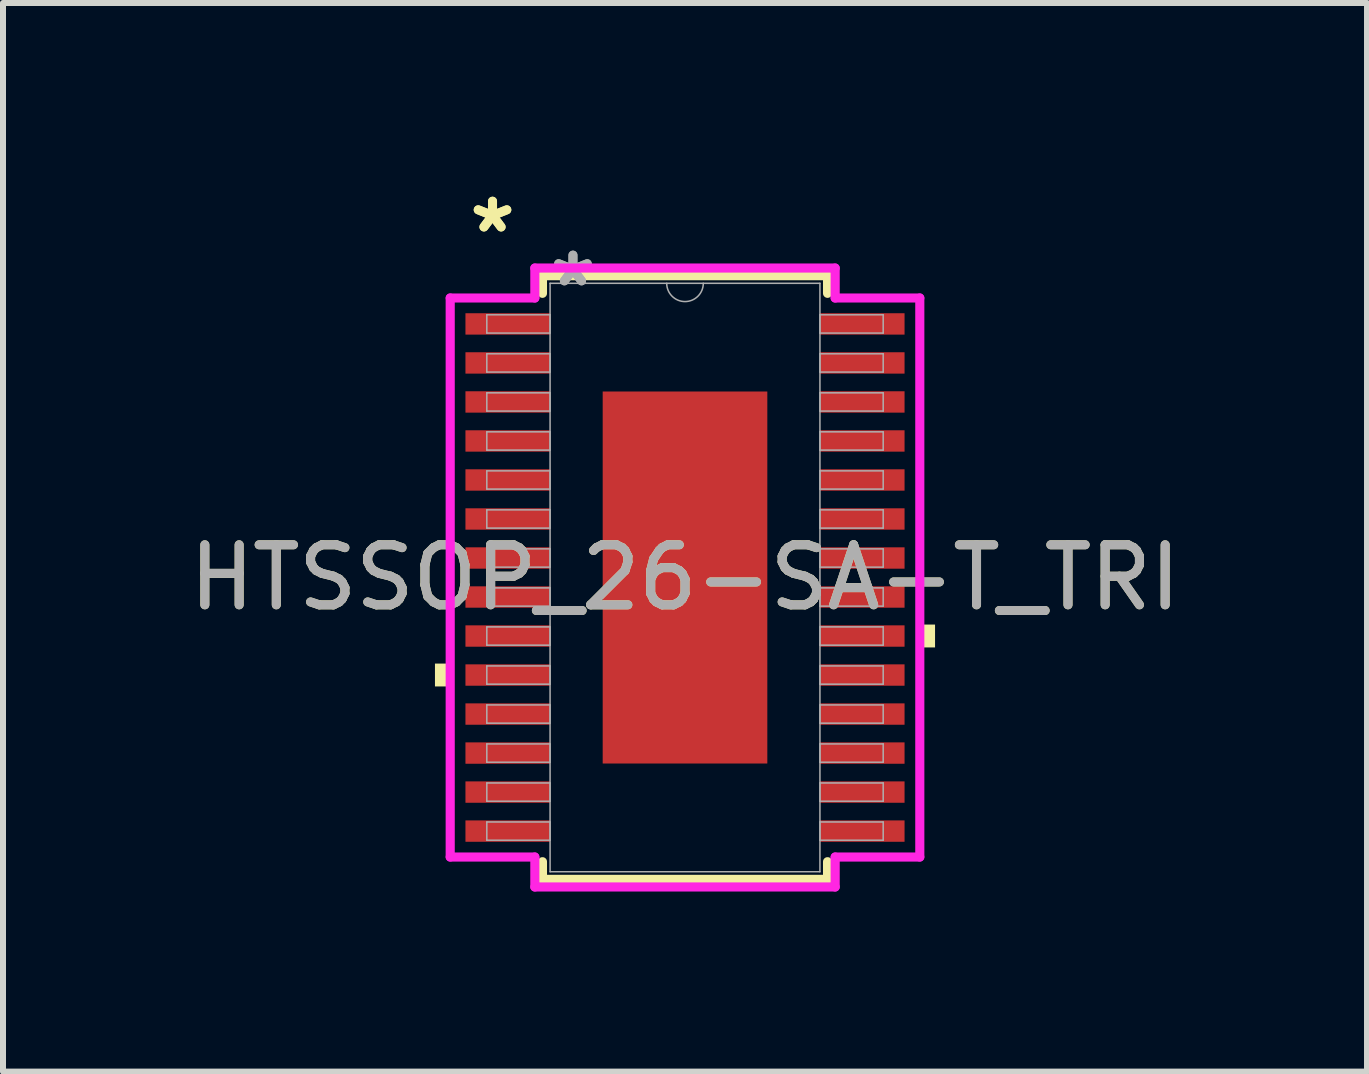
<source format=kicad_pcb>
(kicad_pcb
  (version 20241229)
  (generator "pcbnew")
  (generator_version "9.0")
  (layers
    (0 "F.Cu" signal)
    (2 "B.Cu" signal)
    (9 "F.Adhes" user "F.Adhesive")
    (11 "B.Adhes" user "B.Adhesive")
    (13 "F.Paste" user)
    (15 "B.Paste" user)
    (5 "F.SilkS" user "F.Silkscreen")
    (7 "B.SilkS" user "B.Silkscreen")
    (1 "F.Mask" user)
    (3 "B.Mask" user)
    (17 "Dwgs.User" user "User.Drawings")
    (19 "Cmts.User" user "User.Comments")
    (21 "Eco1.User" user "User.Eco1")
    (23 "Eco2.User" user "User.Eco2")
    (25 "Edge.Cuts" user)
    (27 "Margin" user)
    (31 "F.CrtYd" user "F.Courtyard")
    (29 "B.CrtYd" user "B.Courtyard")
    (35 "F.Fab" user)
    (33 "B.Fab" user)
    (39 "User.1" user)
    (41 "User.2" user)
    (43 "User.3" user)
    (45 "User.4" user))
  (footprint "HTSSOP_26-SA-T_TRI"
    (layer "F.Cu")
    (at 8.363 6.572)
    (property "Reference" "HTSSOP_26-SA-T_TRI" (at 0 0 0) (unlocked yes) (layer "F.SilkS") (effects (font (size 1 1) (thickness 0.15))))
    (attr smd)
    (fp_line (start -2.375 -5.029) (end -2.375 -4.735) (stroke (width 0.152) (type solid)) (layer "F.SilkS"))
    (fp_line (start -2.375 4.735) (end -2.375 5.029) (stroke (width 0.152) (type solid)) (layer "F.SilkS"))
    (fp_line (start -2.375 5.029) (end 2.375 5.029) (stroke (width 0.152) (type solid)) (layer "F.SilkS"))
    (fp_line (start 2.375 -5.029) (end -2.375 -5.029) (stroke (width 0.152) (type solid)) (layer "F.SilkS"))
    (fp_line (start 2.375 -4.735) (end 2.375 -5.029) (stroke (width 0.152) (type solid)) (layer "F.SilkS"))
    (fp_line (start 2.375 5.029) (end 2.375 4.735) (stroke (width 0.152) (type solid)) (layer "F.SilkS"))
    (fp_poly (pts (xy -4.166 1.434) (xy -4.166 1.815) (xy -3.912 1.815) (xy -3.912 1.434)) (stroke (width 0) (type solid)) (fill yes) (layer "F.SilkS"))
    (fp_poly (pts (xy 4.166 0.784) (xy 4.166 1.165) (xy 3.912 1.165) (xy 3.912 0.784)) (stroke (width 0) (type solid)) (fill yes) (layer "F.SilkS"))
    (fp_poly (pts (xy -1.272 -2.999) (xy -1.272 -1.649) (xy -0.1 -1.649) (xy -0.1 -2.999)) (stroke (width 0) (type solid)) (fill yes) (layer "F.Paste"))
    (fp_poly (pts (xy -1.272 -1.449) (xy -1.272 -0.1) (xy -0.1 -0.1) (xy -0.1 -1.449)) (stroke (width 0) (type solid)) (fill yes) (layer "F.Paste"))
    (fp_poly (pts (xy -1.272 0.1) (xy -1.272 1.449) (xy -0.1 1.449) (xy -0.1 0.1)) (stroke (width 0) (type solid)) (fill yes) (layer "F.Paste"))
    (fp_poly (pts (xy -1.272 1.649) (xy -1.272 2.999) (xy -0.1 2.999) (xy -0.1 1.649)) (stroke (width 0) (type solid)) (fill yes) (layer "F.Paste"))
    (fp_poly (pts (xy 0.1 -2.999) (xy 0.1 -1.649) (xy 1.272 -1.649) (xy 1.272 -2.999)) (stroke (width 0) (type solid)) (fill yes) (layer "F.Paste"))
    (fp_poly (pts (xy 0.1 -1.449) (xy 0.1 -0.1) (xy 1.272 -0.1) (xy 1.272 -1.449)) (stroke (width 0) (type solid)) (fill yes) (layer "F.Paste"))
    (fp_poly (pts (xy 0.1 0.1) (xy 0.1 1.449) (xy 1.272 1.449) (xy 1.272 0.1)) (stroke (width 0) (type solid)) (fill yes) (layer "F.Paste"))
    (fp_poly (pts (xy 0.1 1.649) (xy 0.1 2.999) (xy 1.272 2.999) (xy 1.272 1.649)) (stroke (width 0) (type solid)) (fill yes) (layer "F.Paste"))
    (fp_line (start -3.912 -4.657) (end -2.502 -4.657) (stroke (width 0.152) (type solid)) (layer "F.CrtYd"))
    (fp_line (start -3.912 4.657) (end -3.912 -4.657) (stroke (width 0.152) (type solid)) (layer "F.CrtYd"))
    (fp_line (start -3.912 4.657) (end -2.502 4.657) (stroke (width 0.152) (type solid)) (layer "F.CrtYd"))
    (fp_line (start -2.502 -5.156) (end 2.502 -5.156) (stroke (width 0.152) (type solid)) (layer "F.CrtYd"))
    (fp_line (start -2.502 -4.657) (end -2.502 -5.156) (stroke (width 0.152) (type solid)) (layer "F.CrtYd"))
    (fp_line (start -2.502 5.156) (end -2.502 4.657) (stroke (width 0.152) (type solid)) (layer "F.CrtYd"))
    (fp_line (start 2.502 -5.156) (end 2.502 -4.657) (stroke (width 0.152) (type solid)) (layer "F.CrtYd"))
    (fp_line (start 2.502 4.657) (end 2.502 5.156) (stroke (width 0.152) (type solid)) (layer "F.CrtYd"))
    (fp_line (start 2.502 5.156) (end -2.502 5.156) (stroke (width 0.152) (type solid)) (layer "F.CrtYd"))
    (fp_line (start 3.912 -4.657) (end 2.502 -4.657) (stroke (width 0.152) (type solid)) (layer "F.CrtYd"))
    (fp_line (start 3.912 -4.657) (end 3.912 4.657) (stroke (width 0.152) (type solid)) (layer "F.CrtYd"))
    (fp_line (start 3.912 4.657) (end 2.502 4.657) (stroke (width 0.152) (type solid)) (layer "F.CrtYd"))
    (fp_line (start -3.302 -4.377) (end -3.302 -4.073) (stroke (width 0.025) (type solid)) (layer "F.Fab"))
    (fp_line (start -3.302 -4.073) (end -2.248 -4.073) (stroke (width 0.025) (type solid)) (layer "F.Fab"))
    (fp_line (start -3.302 -3.727) (end -3.302 -3.423) (stroke (width 0.025) (type solid)) (layer "F.Fab"))
    (fp_line (start -3.302 -3.423) (end -2.248 -3.423) (stroke (width 0.025) (type solid)) (layer "F.Fab"))
    (fp_line (start -3.302 -3.077) (end -3.302 -2.773) (stroke (width 0.025) (type solid)) (layer "F.Fab"))
    (fp_line (start -3.302 -2.773) (end -2.248 -2.773) (stroke (width 0.025) (type solid)) (layer "F.Fab"))
    (fp_line (start -3.302 -2.427) (end -3.302 -2.123) (stroke (width 0.025) (type solid)) (layer "F.Fab"))
    (fp_line (start -3.302 -2.123) (end -2.248 -2.123) (stroke (width 0.025) (type solid)) (layer "F.Fab"))
    (fp_line (start -3.302 -1.777) (end -3.302 -1.473) (stroke (width 0.025) (type solid)) (layer "F.Fab"))
    (fp_line (start -3.302 -1.473) (end -2.248 -1.473) (stroke (width 0.025) (type solid)) (layer "F.Fab"))
    (fp_line (start -3.302 -1.127) (end -3.302 -0.823) (stroke (width 0.025) (type solid)) (layer "F.Fab"))
    (fp_line (start -3.302 -0.823) (end -2.248 -0.823) (stroke (width 0.025) (type solid)) (layer "F.Fab"))
    (fp_line (start -3.302 -0.477) (end -3.302 -0.173) (stroke (width 0.025) (type solid)) (layer "F.Fab"))
    (fp_line (start -3.302 -0.173) (end -2.248 -0.173) (stroke (width 0.025) (type solid)) (layer "F.Fab"))
    (fp_line (start -3.302 0.173) (end -3.302 0.477) (stroke (width 0.025) (type solid)) (layer "F.Fab"))
    (fp_line (start -3.302 0.477) (end -2.248 0.477) (stroke (width 0.025) (type solid)) (layer "F.Fab"))
    (fp_line (start -3.302 0.823) (end -3.302 1.127) (stroke (width 0.025) (type solid)) (layer "F.Fab"))
    (fp_line (start -3.302 1.127) (end -2.248 1.127) (stroke (width 0.025) (type solid)) (layer "F.Fab"))
    (fp_line (start -3.302 1.473) (end -3.302 1.777) (stroke (width 0.025) (type solid)) (layer "F.Fab"))
    (fp_line (start -3.302 1.777) (end -2.248 1.777) (stroke (width 0.025) (type solid)) (layer "F.Fab"))
    (fp_line (start -3.302 2.123) (end -3.302 2.427) (stroke (width 0.025) (type solid)) (layer "F.Fab"))
    (fp_line (start -3.302 2.427) (end -2.248 2.427) (stroke (width 0.025) (type solid)) (layer "F.Fab"))
    (fp_line (start -3.302 2.773) (end -3.302 3.077) (stroke (width 0.025) (type solid)) (layer "F.Fab"))
    (fp_line (start -3.302 3.077) (end -2.248 3.077) (stroke (width 0.025) (type solid)) (layer "F.Fab"))
    (fp_line (start -3.302 3.423) (end -3.302 3.727) (stroke (width 0.025) (type solid)) (layer "F.Fab"))
    (fp_line (start -3.302 3.727) (end -2.248 3.727) (stroke (width 0.025) (type solid)) (layer "F.Fab"))
    (fp_line (start -3.302 4.073) (end -3.302 4.377) (stroke (width 0.025) (type solid)) (layer "F.Fab"))
    (fp_line (start -3.302 4.377) (end -2.248 4.377) (stroke (width 0.025) (type solid)) (layer "F.Fab"))
    (fp_line (start -2.248 -4.902) (end -2.248 4.902) (stroke (width 0.025) (type solid)) (layer "F.Fab"))
    (fp_line (start -2.248 -4.377) (end -3.302 -4.377) (stroke (width 0.025) (type solid)) (layer "F.Fab"))
    (fp_line (start -2.248 -4.073) (end -2.248 -4.377) (stroke (width 0.025) (type solid)) (layer "F.Fab"))
    (fp_line (start -2.248 -3.727) (end -3.302 -3.727) (stroke (width 0.025) (type solid)) (layer "F.Fab"))
    (fp_line (start -2.248 -3.423) (end -2.248 -3.727) (stroke (width 0.025) (type solid)) (layer "F.Fab"))
    (fp_line (start -2.248 -3.077) (end -3.302 -3.077) (stroke (width 0.025) (type solid)) (layer "F.Fab"))
    (fp_line (start -2.248 -2.773) (end -2.248 -3.077) (stroke (width 0.025) (type solid)) (layer "F.Fab"))
    (fp_line (start -2.248 -2.427) (end -3.302 -2.427) (stroke (width 0.025) (type solid)) (layer "F.Fab"))
    (fp_line (start -2.248 -2.123) (end -2.248 -2.427) (stroke (width 0.025) (type solid)) (layer "F.Fab"))
    (fp_line (start -2.248 -1.777) (end -3.302 -1.777) (stroke (width 0.025) (type solid)) (layer "F.Fab"))
    (fp_line (start -2.248 -1.473) (end -2.248 -1.777) (stroke (width 0.025) (type solid)) (layer "F.Fab"))
    (fp_line (start -2.248 -1.127) (end -3.302 -1.127) (stroke (width 0.025) (type solid)) (layer "F.Fab"))
    (fp_line (start -2.248 -0.823) (end -2.248 -1.127) (stroke (width 0.025) (type solid)) (layer "F.Fab"))
    (fp_line (start -2.248 -0.477) (end -3.302 -0.477) (stroke (width 0.025) (type solid)) (layer "F.Fab"))
    (fp_line (start -2.248 -0.173) (end -2.248 -0.477) (stroke (width 0.025) (type solid)) (layer "F.Fab"))
    (fp_line (start -2.248 0.173) (end -3.302 0.173) (stroke (width 0.025) (type solid)) (layer "F.Fab"))
    (fp_line (start -2.248 0.477) (end -2.248 0.173) (stroke (width 0.025) (type solid)) (layer "F.Fab"))
    (fp_line (start -2.248 0.823) (end -3.302 0.823) (stroke (width 0.025) (type solid)) (layer "F.Fab"))
    (fp_line (start -2.248 1.127) (end -2.248 0.823) (stroke (width 0.025) (type solid)) (layer "F.Fab"))
    (fp_line (start -2.248 1.473) (end -3.302 1.473) (stroke (width 0.025) (type solid)) (layer "F.Fab"))
    (fp_line (start -2.248 1.777) (end -2.248 1.473) (stroke (width 0.025) (type solid)) (layer "F.Fab"))
    (fp_line (start -2.248 2.123) (end -3.302 2.123) (stroke (width 0.025) (type solid)) (layer "F.Fab"))
    (fp_line (start -2.248 2.427) (end -2.248 2.123) (stroke (width 0.025) (type solid)) (layer "F.Fab"))
    (fp_line (start -2.248 2.773) (end -3.302 2.773) (stroke (width 0.025) (type solid)) (layer "F.Fab"))
    (fp_line (start -2.248 3.077) (end -2.248 2.773) (stroke (width 0.025) (type solid)) (layer "F.Fab"))
    (fp_line (start -2.248 3.423) (end -3.302 3.423) (stroke (width 0.025) (type solid)) (layer "F.Fab"))
    (fp_line (start -2.248 3.727) (end -2.248 3.423) (stroke (width 0.025) (type solid)) (layer "F.Fab"))
    (fp_line (start -2.248 4.073) (end -3.302 4.073) (stroke (width 0.025) (type solid)) (layer "F.Fab"))
    (fp_line (start -2.248 4.377) (end -2.248 4.073) (stroke (width 0.025) (type solid)) (layer "F.Fab"))
    (fp_line (start -2.248 4.902) (end 2.248 4.902) (stroke (width 0.025) (type solid)) (layer "F.Fab"))
    (fp_line (start 2.248 -4.902) (end -2.248 -4.902) (stroke (width 0.025) (type solid)) (layer "F.Fab"))
    (fp_line (start 2.248 -4.377) (end 2.248 -4.073) (stroke (width 0.025) (type solid)) (layer "F.Fab"))
    (fp_line (start 2.248 -4.073) (end 3.302 -4.073) (stroke (width 0.025) (type solid)) (layer "F.Fab"))
    (fp_line (start 2.248 -3.727) (end 2.248 -3.423) (stroke (width 0.025) (type solid)) (layer "F.Fab"))
    (fp_line (start 2.248 -3.423) (end 3.302 -3.423) (stroke (width 0.025) (type solid)) (layer "F.Fab"))
    (fp_line (start 2.248 -3.077) (end 2.248 -2.773) (stroke (width 0.025) (type solid)) (layer "F.Fab"))
    (fp_line (start 2.248 -2.773) (end 3.302 -2.773) (stroke (width 0.025) (type solid)) (layer "F.Fab"))
    (fp_line (start 2.248 -2.427) (end 2.248 -2.123) (stroke (width 0.025) (type solid)) (layer "F.Fab"))
    (fp_line (start 2.248 -2.123) (end 3.302 -2.123) (stroke (width 0.025) (type solid)) (layer "F.Fab"))
    (fp_line (start 2.248 -1.777) (end 2.248 -1.473) (stroke (width 0.025) (type solid)) (layer "F.Fab"))
    (fp_line (start 2.248 -1.473) (end 3.302 -1.473) (stroke (width 0.025) (type solid)) (layer "F.Fab"))
    (fp_line (start 2.248 -1.127) (end 2.248 -0.823) (stroke (width 0.025) (type solid)) (layer "F.Fab"))
    (fp_line (start 2.248 -0.823) (end 3.302 -0.823) (stroke (width 0.025) (type solid)) (layer "F.Fab"))
    (fp_line (start 2.248 -0.477) (end 2.248 -0.173) (stroke (width 0.025) (type solid)) (layer "F.Fab"))
    (fp_line (start 2.248 -0.173) (end 3.302 -0.173) (stroke (width 0.025) (type solid)) (layer "F.Fab"))
    (fp_line (start 2.248 0.173) (end 2.248 0.477) (stroke (width 0.025) (type solid)) (layer "F.Fab"))
    (fp_line (start 2.248 0.477) (end 3.302 0.477) (stroke (width 0.025) (type solid)) (layer "F.Fab"))
    (fp_line (start 2.248 0.823) (end 2.248 1.127) (stroke (width 0.025) (type solid)) (layer "F.Fab"))
    (fp_line (start 2.248 1.127) (end 3.302 1.127) (stroke (width 0.025) (type solid)) (layer "F.Fab"))
    (fp_line (start 2.248 1.473) (end 2.248 1.777) (stroke (width 0.025) (type solid)) (layer "F.Fab"))
    (fp_line (start 2.248 1.777) (end 3.302 1.777) (stroke (width 0.025) (type solid)) (layer "F.Fab"))
    (fp_line (start 2.248 2.123) (end 2.248 2.427) (stroke (width 0.025) (type solid)) (layer "F.Fab"))
    (fp_line (start 2.248 2.427) (end 3.302 2.427) (stroke (width 0.025) (type solid)) (layer "F.Fab"))
    (fp_line (start 2.248 2.773) (end 2.248 3.077) (stroke (width 0.025) (type solid)) (layer "F.Fab"))
    (fp_line (start 2.248 3.077) (end 3.302 3.077) (stroke (width 0.025) (type solid)) (layer "F.Fab"))
    (fp_line (start 2.248 3.423) (end 2.248 3.727) (stroke (width 0.025) (type solid)) (layer "F.Fab"))
    (fp_line (start 2.248 3.727) (end 3.302 3.727) (stroke (width 0.025) (type solid)) (layer "F.Fab"))
    (fp_line (start 2.248 4.073) (end 2.248 4.377) (stroke (width 0.025) (type solid)) (layer "F.Fab"))
    (fp_line (start 2.248 4.377) (end 3.302 4.377) (stroke (width 0.025) (type solid)) (layer "F.Fab"))
    (fp_line (start 2.248 4.902) (end 2.248 -4.902) (stroke (width 0.025) (type solid)) (layer "F.Fab"))
    (fp_line (start 3.302 -4.377) (end 2.248 -4.377) (stroke (width 0.025) (type solid)) (layer "F.Fab"))
    (fp_line (start 3.302 -4.073) (end 3.302 -4.377) (stroke (width 0.025) (type solid)) (layer "F.Fab"))
    (fp_line (start 3.302 -3.727) (end 2.248 -3.727) (stroke (width 0.025) (type solid)) (layer "F.Fab"))
    (fp_line (start 3.302 -3.423) (end 3.302 -3.727) (stroke (width 0.025) (type solid)) (layer "F.Fab"))
    (fp_line (start 3.302 -3.077) (end 2.248 -3.077) (stroke (width 0.025) (type solid)) (layer "F.Fab"))
    (fp_line (start 3.302 -2.773) (end 3.302 -3.077) (stroke (width 0.025) (type solid)) (layer "F.Fab"))
    (fp_line (start 3.302 -2.427) (end 2.248 -2.427) (stroke (width 0.025) (type solid)) (layer "F.Fab"))
    (fp_line (start 3.302 -2.123) (end 3.302 -2.427) (stroke (width 0.025) (type solid)) (layer "F.Fab"))
    (fp_line (start 3.302 -1.777) (end 2.248 -1.777) (stroke (width 0.025) (type solid)) (layer "F.Fab"))
    (fp_line (start 3.302 -1.473) (end 3.302 -1.777) (stroke (width 0.025) (type solid)) (layer "F.Fab"))
    (fp_line (start 3.302 -1.127) (end 2.248 -1.127) (stroke (width 0.025) (type solid)) (layer "F.Fab"))
    (fp_line (start 3.302 -0.823) (end 3.302 -1.127) (stroke (width 0.025) (type solid)) (layer "F.Fab"))
    (fp_line (start 3.302 -0.477) (end 2.248 -0.477) (stroke (width 0.025) (type solid)) (layer "F.Fab"))
    (fp_line (start 3.302 -0.173) (end 3.302 -0.477) (stroke (width 0.025) (type solid)) (layer "F.Fab"))
    (fp_line (start 3.302 0.173) (end 2.248 0.173) (stroke (width 0.025) (type solid)) (layer "F.Fab"))
    (fp_line (start 3.302 0.477) (end 3.302 0.173) (stroke (width 0.025) (type solid)) (layer "F.Fab"))
    (fp_line (start 3.302 0.823) (end 2.248 0.823) (stroke (width 0.025) (type solid)) (layer "F.Fab"))
    (fp_line (start 3.302 1.127) (end 3.302 0.823) (stroke (width 0.025) (type solid)) (layer "F.Fab"))
    (fp_line (start 3.302 1.473) (end 2.248 1.473) (stroke (width 0.025) (type solid)) (layer "F.Fab"))
    (fp_line (start 3.302 1.777) (end 3.302 1.473) (stroke (width 0.025) (type solid)) (layer "F.Fab"))
    (fp_line (start 3.302 2.123) (end 2.248 2.123) (stroke (width 0.025) (type solid)) (layer "F.Fab"))
    (fp_line (start 3.302 2.427) (end 3.302 2.123) (stroke (width 0.025) (type solid)) (layer "F.Fab"))
    (fp_line (start 3.302 2.773) (end 2.248 2.773) (stroke (width 0.025) (type solid)) (layer "F.Fab"))
    (fp_line (start 3.302 3.077) (end 3.302 2.773) (stroke (width 0.025) (type solid)) (layer "F.Fab"))
    (fp_line (start 3.302 3.423) (end 2.248 3.423) (stroke (width 0.025) (type solid)) (layer "F.Fab"))
    (fp_line (start 3.302 3.727) (end 3.302 3.423) (stroke (width 0.025) (type solid)) (layer "F.Fab"))
    (fp_line (start 3.302 4.073) (end 2.248 4.073) (stroke (width 0.025) (type solid)) (layer "F.Fab"))
    (fp_line (start 3.302 4.377) (end 3.302 4.073) (stroke (width 0.025) (type solid)) (layer "F.Fab"))
    (fp_arc (start 0.3048 -4.9022) (mid 0 -4.5974) (end -0.3048 -4.9022) (stroke (width 0.0254) (type solid)) (layer "F.Fab"))
    (fp_text user "*" (at -3.207 -5.724 0) (unlocked yes) (layer "F.SilkS") (effects (font (size 1 1) (thickness 0.15))))
    (fp_text user "*" (at -3.207 -5.724 0) (layer "F.SilkS") (effects (font (size 1 1) (thickness 0.15))))
    (fp_text user "${REFERENCE}" (at 0 0 0) (unlocked yes) (layer "F.Fab") (effects (font (size 1 1) (thickness 0.15))))
    (fp_text user "*" (at -1.867 -4.826 0) (unlocked yes) (layer "F.Fab") (effects (font (size 1 1) (thickness 0.15))))
    (fp_text user "*" (at -1.867 -4.826 0) (layer "F.Fab") (effects (font (size 1 1) (thickness 0.15))))
    (pad "1" smd rect (at -2.953 -4.225) (size 1.41 0.356) (layers "F.Cu" "F.Mask" "F.Paste"))
    (pad "2" smd rect (at -2.953 -3.575) (size 1.41 0.356) (layers "F.Cu" "F.Mask" "F.Paste"))
    (pad "3" smd rect (at -2.953 -2.925) (size 1.41 0.356) (layers "F.Cu" "F.Mask" "F.Paste"))
    (pad "4" smd rect (at -2.953 -2.275) (size 1.41 0.356) (layers "F.Cu" "F.Mask" "F.Paste"))
    (pad "5" smd rect (at -2.953 -1.625) (size 1.41 0.356) (layers "F.Cu" "F.Mask" "F.Paste"))
    (pad "6" smd rect (at -2.953 -0.975) (size 1.41 0.356) (layers "F.Cu" "F.Mask" "F.Paste"))
    (pad "7" smd rect (at -2.953 -0.325) (size 1.41 0.356) (layers "F.Cu" "F.Mask" "F.Paste"))
    (pad "8" smd rect (at -2.953 0.325) (size 1.41 0.356) (layers "F.Cu" "F.Mask" "F.Paste"))
    (pad "9" smd rect (at -2.953 0.975) (size 1.41 0.356) (layers "F.Cu" "F.Mask" "F.Paste"))
    (pad "10" smd rect (at -2.953 1.625) (size 1.41 0.356) (layers "F.Cu" "F.Mask" "F.Paste"))
    (pad "11" smd rect (at -2.953 2.275) (size 1.41 0.356) (layers "F.Cu" "F.Mask" "F.Paste"))
    (pad "12" smd rect (at -2.953 2.925) (size 1.41 0.356) (layers "F.Cu" "F.Mask" "F.Paste"))
    (pad "13" smd rect (at -2.953 3.575) (size 1.41 0.356) (layers "F.Cu" "F.Mask" "F.Paste"))
    (pad "14" smd rect (at -2.953 4.225) (size 1.41 0.356) (layers "F.Cu" "F.Mask" "F.Paste"))
    (pad "15" smd rect (at 2.953 4.225) (size 1.41 0.356) (layers "F.Cu" "F.Mask" "F.Paste"))
    (pad "16" smd rect (at 2.953 3.575) (size 1.41 0.356) (layers "F.Cu" "F.Mask" "F.Paste"))
    (pad "17" smd rect (at 2.953 2.925) (size 1.41 0.356) (layers "F.Cu" "F.Mask" "F.Paste"))
    (pad "18" smd rect (at 2.953 2.275) (size 1.41 0.356) (layers "F.Cu" "F.Mask" "F.Paste"))
    (pad "19" smd rect (at 2.953 1.625) (size 1.41 0.356) (layers "F.Cu" "F.Mask" "F.Paste"))
    (pad "20" smd rect (at 2.953 0.975) (size 1.41 0.356) (layers "F.Cu" "F.Mask" "F.Paste"))
    (pad "21" smd rect (at 2.953 0.325) (size 1.41 0.356) (layers "F.Cu" "F.Mask" "F.Paste"))
    (pad "22" smd rect (at 2.953 -0.325) (size 1.41 0.356) (layers "F.Cu" "F.Mask" "F.Paste"))
    (pad "23" smd rect (at 2.953 -0.975) (size 1.41 0.356) (layers "F.Cu" "F.Mask" "F.Paste"))
    (pad "24" smd rect (at 2.953 -1.625) (size 1.41 0.356) (layers "F.Cu" "F.Mask" "F.Paste"))
    (pad "25" smd rect (at 2.953 -2.275) (size 1.41 0.356) (layers "F.Cu" "F.Mask" "F.Paste"))
    (pad "26" smd rect (at 2.953 -2.925) (size 1.41 0.356) (layers "F.Cu" "F.Mask" "F.Paste"))
    (pad "27" smd rect (at 2.953 -3.575) (size 1.41 0.356) (layers "F.Cu" "F.Mask" "F.Paste"))
    (pad "28" smd rect (at 2.953 -4.225) (size 1.41 0.356) (layers "F.Cu" "F.Mask" "F.Paste"))
    (pad "EPAD" smd rect (at 0 0) (size 2.743 6.198) (layers "F.Cu" "F.Mask")))
  (gr_rect
    (start -3 -3)
    (end 19.726 14.804)
    (stroke (width 0.1) (type default))
    (fill no)
    (layer "Edge.Cuts")))
</source>
